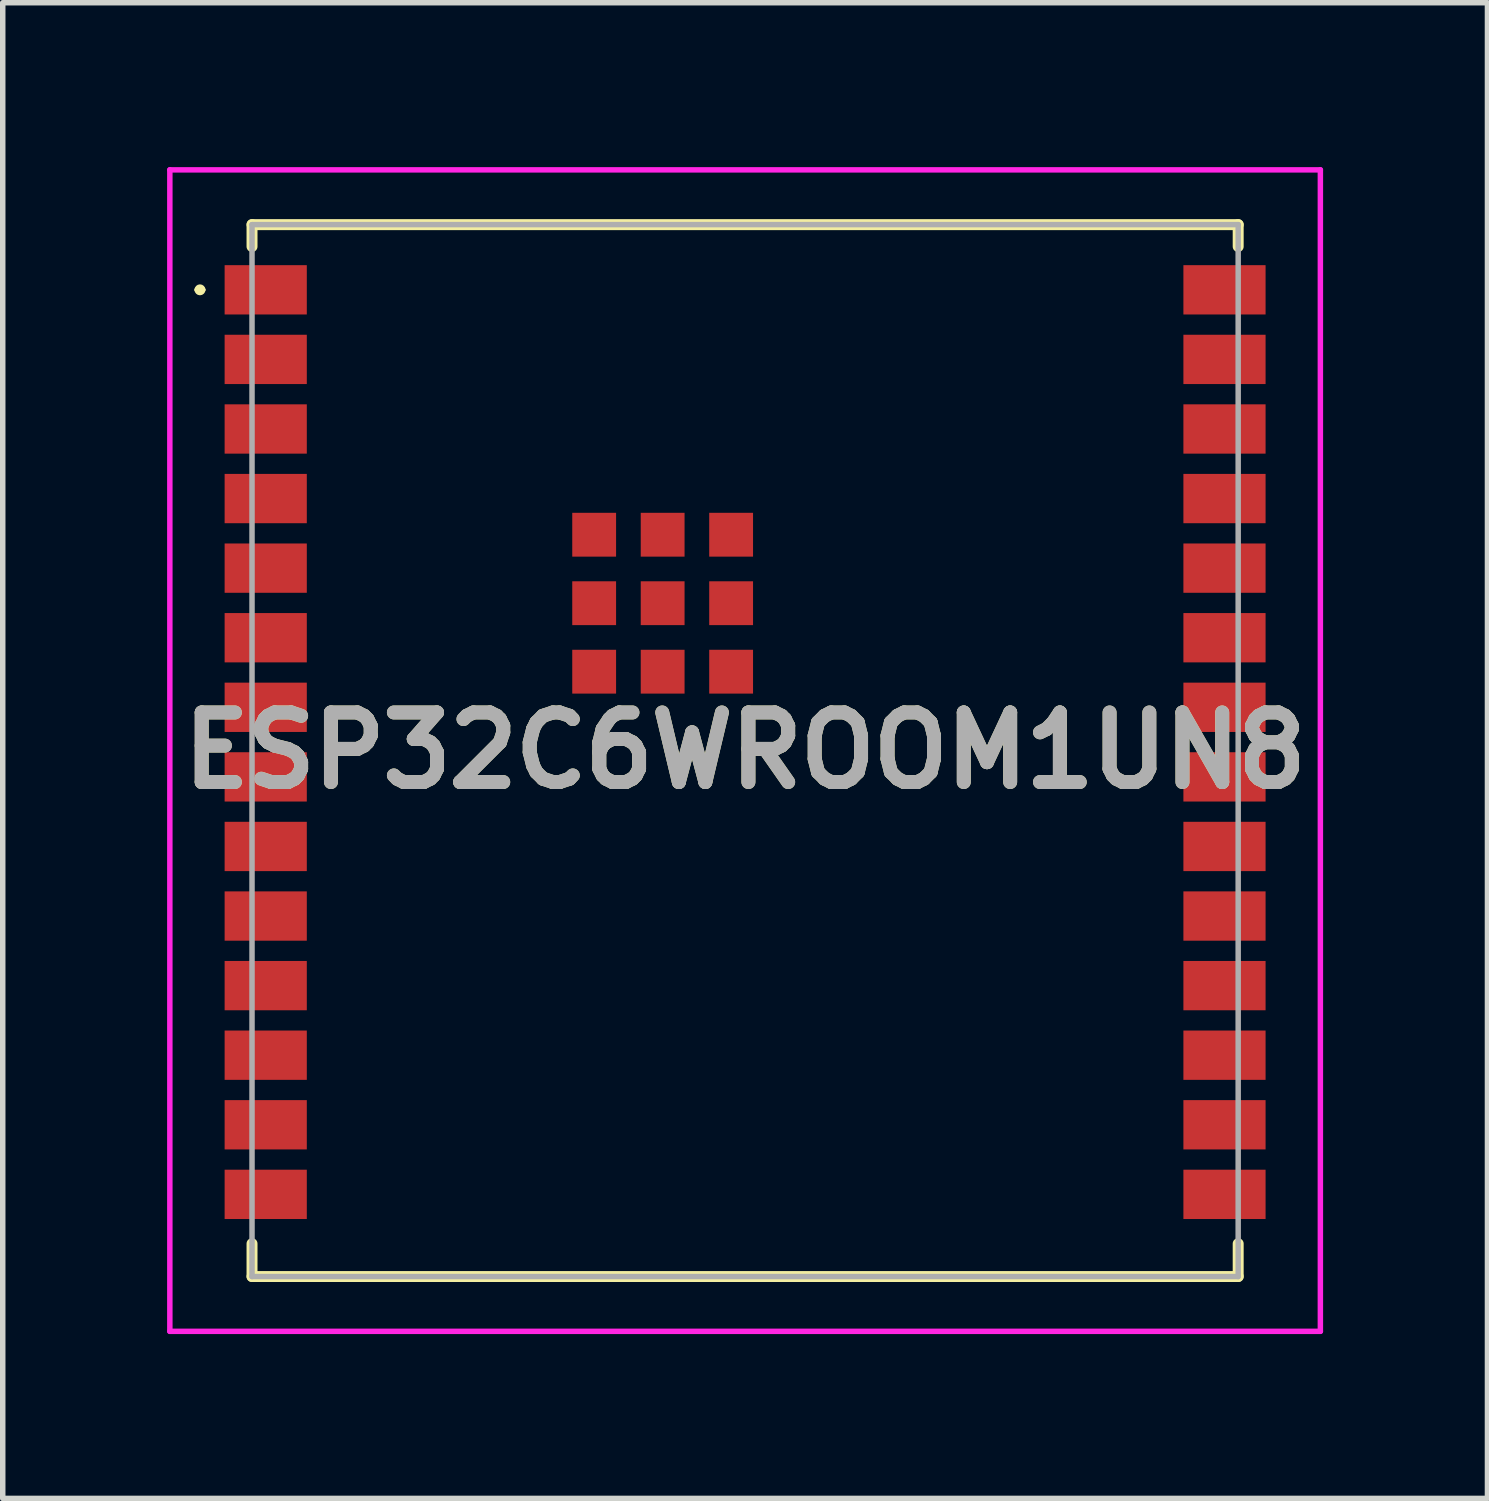
<source format=kicad_pcb>
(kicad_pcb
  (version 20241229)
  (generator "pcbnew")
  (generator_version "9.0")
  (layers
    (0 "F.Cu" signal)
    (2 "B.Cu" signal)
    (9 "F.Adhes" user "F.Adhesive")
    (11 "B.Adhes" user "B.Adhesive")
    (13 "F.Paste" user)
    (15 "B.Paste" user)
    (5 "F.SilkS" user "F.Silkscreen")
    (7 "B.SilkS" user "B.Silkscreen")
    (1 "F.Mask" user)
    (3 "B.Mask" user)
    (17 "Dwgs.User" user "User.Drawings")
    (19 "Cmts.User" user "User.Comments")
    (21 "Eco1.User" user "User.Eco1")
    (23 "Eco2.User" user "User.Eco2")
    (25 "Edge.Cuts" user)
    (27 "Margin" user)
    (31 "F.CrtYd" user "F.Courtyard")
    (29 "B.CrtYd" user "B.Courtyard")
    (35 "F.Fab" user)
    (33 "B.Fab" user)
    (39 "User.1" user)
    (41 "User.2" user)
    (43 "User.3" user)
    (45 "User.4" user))
  (footprint "ESP32C6WROOM1UN8"
    (layer "F.Cu")
    (at 10.55 10.65)
    (property "Reference" "ESP32C6WROOM1UN8" (at 0 0 0) (layer "F.SilkS") (effects (font (size 1.27 1.27) (thickness 0.254))))
    (attr smd)
    (fp_line (start -10 -8.41) (end -10 -8.41) (stroke (width 0.1) (type solid)) (layer "F.SilkS"))
    (fp_line (start -9.9 -8.41) (end -9.9 -8.41) (stroke (width 0.1) (type solid)) (layer "F.SilkS"))
    (fp_line (start -9 -9.6) (end -9 -9.2) (stroke (width 0.2) (type solid)) (layer "F.SilkS"))
    (fp_line (start -9 9) (end -9 9.6) (stroke (width 0.2) (type solid)) (layer "F.SilkS"))
    (fp_line (start -9 9.6) (end 9 9.6) (stroke (width 0.2) (type solid)) (layer "F.SilkS"))
    (fp_line (start 9 -9.6) (end -9 -9.6) (stroke (width 0.2) (type solid)) (layer "F.SilkS"))
    (fp_line (start 9 -9.2) (end 9 -9.6) (stroke (width 0.2) (type solid)) (layer "F.SilkS"))
    (fp_line (start 9 9.6) (end 9 9) (stroke (width 0.2) (type solid)) (layer "F.SilkS"))
    (fp_arc (start -10 -8.41) (mid -9.95 -8.46) (end -9.9 -8.41) (stroke (width 0.1) (type solid)) (layer "F.SilkS"))
    (fp_arc (start -9.9 -8.41) (mid -9.95 -8.36) (end -10 -8.41) (stroke (width 0.1) (type solid)) (layer "F.SilkS"))
    (fp_line (start -10.5 -10.6) (end 10.5 -10.6) (stroke (width 0.1) (type solid)) (layer "F.CrtYd"))
    (fp_line (start -10.5 10.6) (end -10.5 -10.6) (stroke (width 0.1) (type solid)) (layer "F.CrtYd"))
    (fp_line (start 10.5 -10.6) (end 10.5 10.6) (stroke (width 0.1) (type solid)) (layer "F.CrtYd"))
    (fp_line (start 10.5 10.6) (end -10.5 10.6) (stroke (width 0.1) (type solid)) (layer "F.CrtYd"))
    (fp_line (start -9 -9.6) (end -9 9.6) (stroke (width 0.1) (type solid)) (layer "F.Fab"))
    (fp_line (start -9 9.6) (end 9 9.6) (stroke (width 0.1) (type solid)) (layer "F.Fab"))
    (fp_line (start 9 -9.6) (end -9 -9.6) (stroke (width 0.1) (type solid)) (layer "F.Fab"))
    (fp_line (start 9 9.6) (end 9 -9.6) (stroke (width 0.1) (type solid)) (layer "F.Fab"))
    (fp_text user "${REFERENCE}" (at 0 0 0) (layer "F.Fab") (effects (font (size 1.27 1.27) (thickness 0.254))))
    (pad "1" smd rect (at -8.75 -8.41 90) (size 0.9 1.5) (layers "F.Cu" "F.Mask" "F.Paste"))
    (pad "2" smd rect (at -8.75 -7.14 90) (size 0.9 1.5) (layers "F.Cu" "F.Mask" "F.Paste"))
    (pad "3" smd rect (at -8.75 -5.87 90) (size 0.9 1.5) (layers "F.Cu" "F.Mask" "F.Paste"))
    (pad "4" smd rect (at -8.75 -4.6 90) (size 0.9 1.5) (layers "F.Cu" "F.Mask" "F.Paste"))
    (pad "5" smd rect (at -8.75 -3.33 90) (size 0.9 1.5) (layers "F.Cu" "F.Mask" "F.Paste"))
    (pad "6" smd rect (at -8.75 -2.06 90) (size 0.9 1.5) (layers "F.Cu" "F.Mask" "F.Paste"))
    (pad "7" smd rect (at -8.75 -0.79 90) (size 0.9 1.5) (layers "F.Cu" "F.Mask" "F.Paste"))
    (pad "8" smd rect (at -8.75 0.48 90) (size 0.9 1.5) (layers "F.Cu" "F.Mask" "F.Paste"))
    (pad "9" smd rect (at -8.75 1.75 90) (size 0.9 1.5) (layers "F.Cu" "F.Mask" "F.Paste"))
    (pad "10" smd rect (at -8.75 3.02 90) (size 0.9 1.5) (layers "F.Cu" "F.Mask" "F.Paste"))
    (pad "11" smd rect (at -8.75 4.29 90) (size 0.9 1.5) (layers "F.Cu" "F.Mask" "F.Paste"))
    (pad "12" smd rect (at -8.75 5.56 90) (size 0.9 1.5) (layers "F.Cu" "F.Mask" "F.Paste"))
    (pad "13" smd rect (at -8.75 6.83 90) (size 0.9 1.5) (layers "F.Cu" "F.Mask" "F.Paste"))
    (pad "14" smd rect (at -8.75 8.1 90) (size 0.9 1.5) (layers "F.Cu" "F.Mask" "F.Paste"))
    (pad "15" smd rect (at 8.75 8.1 90) (size 0.9 1.5) (layers "F.Cu" "F.Mask" "F.Paste"))
    (pad "16" smd rect (at 8.75 6.83 90) (size 0.9 1.5) (layers "F.Cu" "F.Mask" "F.Paste"))
    (pad "17" smd rect (at 8.75 5.56 90) (size 0.9 1.5) (layers "F.Cu" "F.Mask" "F.Paste"))
    (pad "18" smd rect (at 8.75 4.29 90) (size 0.9 1.5) (layers "F.Cu" "F.Mask" "F.Paste"))
    (pad "19" smd rect (at 8.75 3.02 90) (size 0.9 1.5) (layers "F.Cu" "F.Mask" "F.Paste"))
    (pad "20" smd rect (at 8.75 1.75 90) (size 0.9 1.5) (layers "F.Cu" "F.Mask" "F.Paste"))
    (pad "21" smd rect (at 8.75 0.48 90) (size 0.9 1.5) (layers "F.Cu" "F.Mask" "F.Paste"))
    (pad "22" smd rect (at 8.75 -0.79 90) (size 0.9 1.5) (layers "F.Cu" "F.Mask" "F.Paste"))
    (pad "23" smd rect (at 8.75 -2.06 90) (size 0.9 1.5) (layers "F.Cu" "F.Mask" "F.Paste"))
    (pad "24" smd rect (at 8.75 -3.33 90) (size 0.9 1.5) (layers "F.Cu" "F.Mask" "F.Paste"))
    (pad "25" smd rect (at 8.75 -4.6 90) (size 0.9 1.5) (layers "F.Cu" "F.Mask" "F.Paste"))
    (pad "26" smd rect (at 8.75 -5.87 90) (size 0.9 1.5) (layers "F.Cu" "F.Mask" "F.Paste"))
    (pad "27" smd rect (at 8.75 -7.14 90) (size 0.9 1.5) (layers "F.Cu" "F.Mask" "F.Paste"))
    (pad "28" smd rect (at 8.75 -8.41 90) (size 0.9 1.5) (layers "F.Cu" "F.Mask" "F.Paste"))
    (pad "29" smd rect (at -1.505 -2.69 90) (size 0.8 0.8) (layers "F.Cu" "F.Mask" "F.Paste"))
    (pad "30" smd rect (at -2.755 -3.94 90) (size 0.8 0.8) (layers "F.Cu" "F.Mask" "F.Paste"))
    (pad "31" smd rect (at -2.755 -2.69 90) (size 0.8 0.8) (layers "F.Cu" "F.Mask" "F.Paste"))
    (pad "32" smd rect (at -2.755 -1.44 90) (size 0.8 0.8) (layers "F.Cu" "F.Mask" "F.Paste"))
    (pad "33" smd rect (at -1.505 -1.44 90) (size 0.8 0.8) (layers "F.Cu" "F.Mask" "F.Paste"))
    (pad "34" smd rect (at -0.255 -1.44 90) (size 0.8 0.8) (layers "F.Cu" "F.Mask" "F.Paste"))
    (pad "35" smd rect (at -0.255 -2.69 90) (size 0.8 0.8) (layers "F.Cu" "F.Mask" "F.Paste"))
    (pad "36" smd rect (at -0.255 -3.94 90) (size 0.8 0.8) (layers "F.Cu" "F.Mask" "F.Paste"))
    (pad "37" smd rect (at -1.505 -3.94 90) (size 0.8 0.8) (layers "F.Cu" "F.Mask" "F.Paste")))
  (gr_rect
    (start -3 -3)
    (end 24.1 24.3)
    (stroke (width 0.1) (type default))
    (fill no)
    (layer "Edge.Cuts")))
</source>
